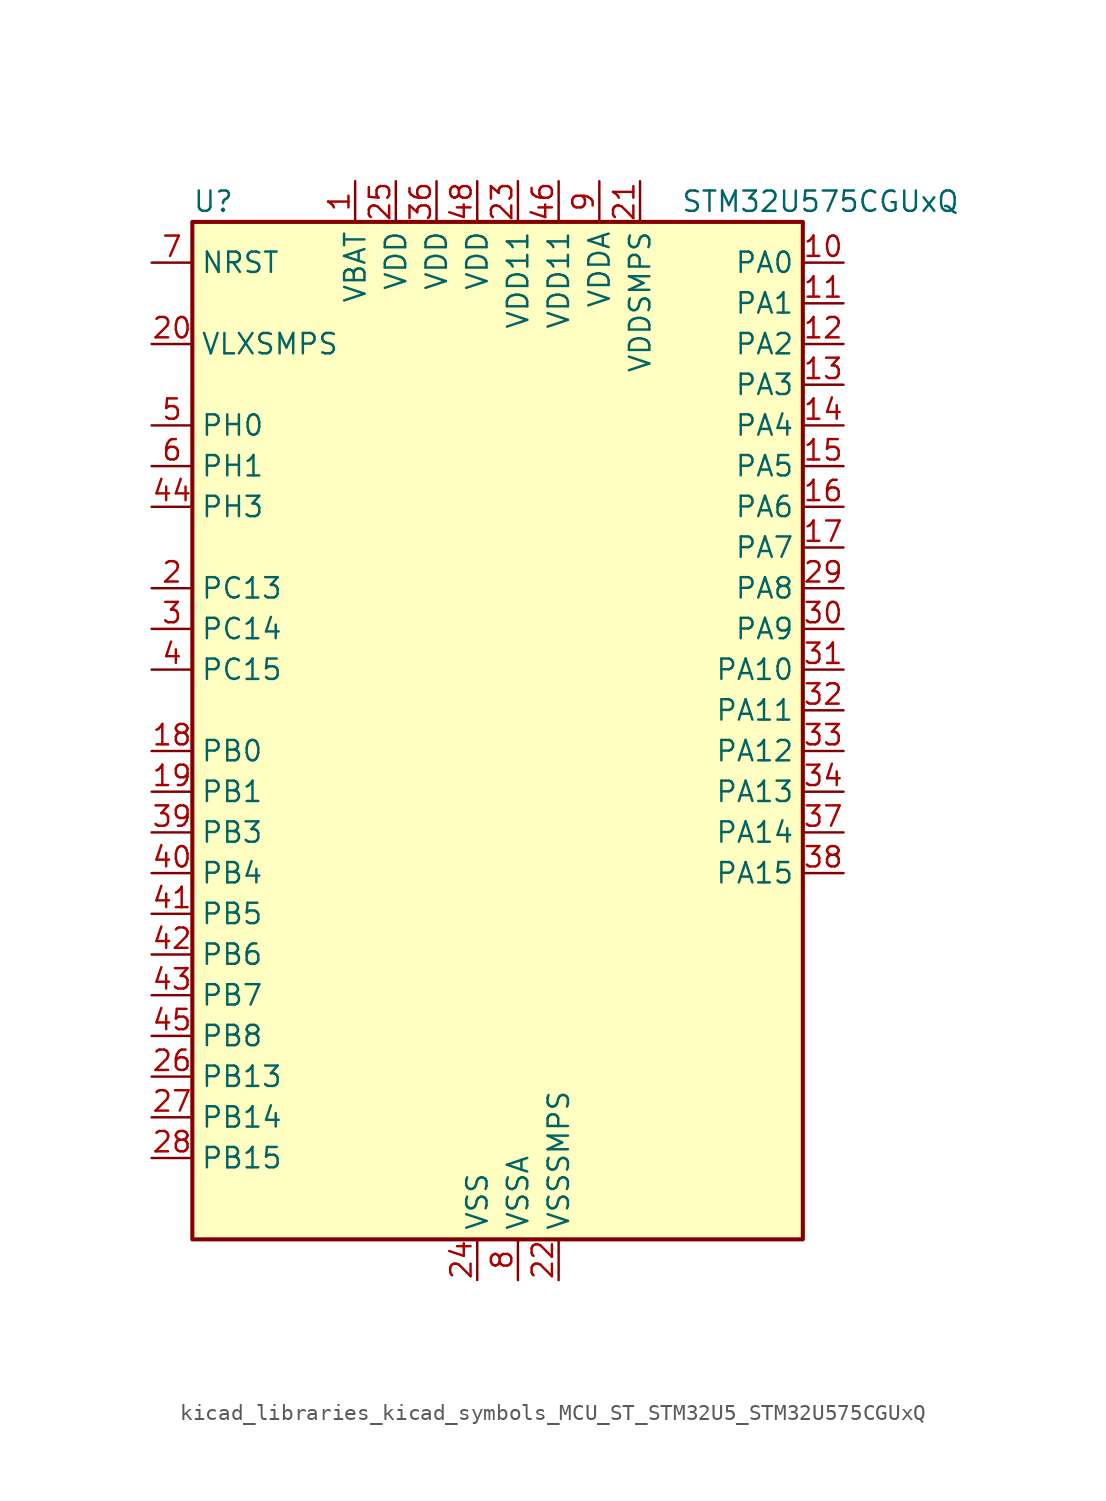
<source format=kicad_sym>
(kicad_symbol_lib
  (version 20220914)
  (generator kicad_symbol_editor)
  (symbol "kicad_libraries_kicad_symbols_MCU_ST_STM32U5_STM32U575CGUxQ"
    (property "Reference" "U"
      (at -17.78 34.29 0)
      (effects (font (size 1.27 1.27)) (justify left)))
    (property "Value" "STM32U575CGUxQ"
      (at 12.7 34.29 0)
      (effects (font (size 1.27 1.27)) (justify left)))
    (property "ki_locked" ""
      (at 0 0 0)
      (effects (font (size 1.27 1.27))))
    (symbol "kicad_libraries_kicad_symbols_MCU_ST_STM32U5_STM32U575CGUxQ_0_1"
      (rectangle (start -17.78 -30.48) (end 20.32 33.02) (stroke (width 0.254) (type default)) (fill (type background))))
    (symbol "kicad_libraries_kicad_symbols_MCU_ST_STM32U5_STM32U575CGUxQ_1_1"
      (pin power_in line (at -7.62 35.56 270) (length 2.54) (name "VBAT" (effects (font (size 1.27 1.27)))) (number "1" (effects (font (size 1.27 1.27)))))
      (pin bidirectional line (at 22.86 30.48 180) (length 2.54) (name "PA0" (effects (font (size 1.27 1.27)))) (number "10" (effects (font (size 1.27 1.27)))) (alternate "ADC1_IN5" bidirectional line) (alternate "AUDIOCLK" bidirectional line) (alternate "OCTOSPIM_P2_NCS" bidirectional line) (alternate "OPAMP1_VINP" bidirectional line) (alternate "PWR_WKUP1" bidirectional line) (alternate "SPI3_RDY" bidirectional line) (alternate "TAMP_IN2" bidirectional line) (alternate "TAMP_OUT1" bidirectional line) (alternate "TIM2_CH1" bidirectional line) (alternate "TIM2_ETR" bidirectional line) (alternate "TIM5_CH1" bidirectional line) (alternate "TIM8_ETR" bidirectional line) (alternate "UART4_TX" bidirectional line) (alternate "USART2_CTS" bidirectional line))
      (pin bidirectional line (at 22.86 27.94 180) (length 2.54) (name "PA1" (effects (font (size 1.27 1.27)))) (number "11" (effects (font (size 1.27 1.27)))) (alternate "ADC1_IN6" bidirectional line) (alternate "I2C1_SMBA" bidirectional line) (alternate "LPTIM1_CH2" bidirectional line) (alternate "OCTOSPIM_P1_DQS" bidirectional line) (alternate "OPAMP1_VINM" bidirectional line) (alternate "PWR_WKUP3" bidirectional line) (alternate "SPI1_SCK" bidirectional line) (alternate "TAMP_IN5" bidirectional line) (alternate "TAMP_OUT4" bidirectional line) (alternate "TIM15_CH1N" bidirectional line) (alternate "TIM2_CH2" bidirectional line) (alternate "TIM5_CH2" bidirectional line) (alternate "UART4_RX" bidirectional line) (alternate "USART2_DE" bidirectional line) (alternate "USART2_RTS" bidirectional line))
      (pin bidirectional line (at 22.86 25.4 180) (length 2.54) (name "PA2" (effects (font (size 1.27 1.27)))) (number "12" (effects (font (size 1.27 1.27)))) (alternate "ADC1_IN7" bidirectional line) (alternate "COMP1_INP" bidirectional line) (alternate "LPUART1_TX" bidirectional line) (alternate "OCTOSPIM_P1_NCS" bidirectional line) (alternate "PWR_WKUP4" bidirectional line) (alternate "RCC_LSCO" bidirectional line) (alternate "SPI1_RDY" bidirectional line) (alternate "TIM15_CH1" bidirectional line) (alternate "TIM2_CH3" bidirectional line) (alternate "TIM5_CH3" bidirectional line) (alternate "UCPD1_FRSTX1" bidirectional line) (alternate "USART2_TX" bidirectional line))
      (pin bidirectional line (at 22.86 22.86 180) (length 2.54) (name "PA3" (effects (font (size 1.27 1.27)))) (number "13" (effects (font (size 1.27 1.27)))) (alternate "ADC1_IN8" bidirectional line) (alternate "LPUART1_RX" bidirectional line) (alternate "OCTOSPIM_P1_CLK" bidirectional line) (alternate "OPAMP1_VOUT" bidirectional line) (alternate "PWR_WKUP5" bidirectional line) (alternate "SAI1_CK1" bidirectional line) (alternate "SAI1_MCLK_A" bidirectional line) (alternate "TIM15_CH2" bidirectional line) (alternate "TIM2_CH4" bidirectional line) (alternate "TIM5_CH4" bidirectional line) (alternate "USART2_RX" bidirectional line))
      (pin bidirectional line (at 22.86 20.32 180) (length 2.54) (name "PA4" (effects (font (size 1.27 1.27)))) (number "14" (effects (font (size 1.27 1.27)))) (alternate "ADC1_IN9" bidirectional line) (alternate "ADC4_IN9" bidirectional line) (alternate "DAC1_OUT1" bidirectional line) (alternate "LPTIM2_CH1" bidirectional line) (alternate "OCTOSPIM_P1_NCS" bidirectional line) (alternate "PWR_WKUP2" bidirectional line) (alternate "SAI1_FS_B" bidirectional line) (alternate "SPI1_NSS" bidirectional line) (alternate "SPI3_NSS" bidirectional line) (alternate "USART2_CK" bidirectional line))
      (pin bidirectional line (at 22.86 17.78 180) (length 2.54) (name "PA5" (effects (font (size 1.27 1.27)))) (number "15" (effects (font (size 1.27 1.27)))) (alternate "ADC1_IN10" bidirectional line) (alternate "ADC4_IN10" bidirectional line) (alternate "DAC1_OUT2" bidirectional line) (alternate "LPTIM2_ETR" bidirectional line) (alternate "PWR_CSLEEP" bidirectional line) (alternate "PWR_WKUP6" bidirectional line) (alternate "SPI1_SCK" bidirectional line) (alternate "TIM2_CH1" bidirectional line) (alternate "TIM2_ETR" bidirectional line) (alternate "TIM8_CH1N" bidirectional line) (alternate "USART3_RX" bidirectional line))
      (pin bidirectional line (at 22.86 15.24 180) (length 2.54) (name "PA6" (effects (font (size 1.27 1.27)))) (number "16" (effects (font (size 1.27 1.27)))) (alternate "ADC1_IN11" bidirectional line) (alternate "ADC4_IN11" bidirectional line) (alternate "LPUART1_CTS" bidirectional line) (alternate "OCTOSPIM_P1_IO3" bidirectional line) (alternate "OPAMP2_VINP" bidirectional line) (alternate "PWR_CDSTOP" bidirectional line) (alternate "PWR_WKUP7" bidirectional line) (alternate "SPI1_MISO" bidirectional line) (alternate "TIM16_CH1" bidirectional line) (alternate "TIM1_BKIN" bidirectional line) (alternate "TIM3_CH1" bidirectional line) (alternate "TIM8_BKIN" bidirectional line) (alternate "USART3_CTS" bidirectional line))
      (pin bidirectional line (at 22.86 12.7 180) (length 2.54) (name "PA7" (effects (font (size 1.27 1.27)))) (number "17" (effects (font (size 1.27 1.27)))) (alternate "ADC1_IN12" bidirectional line) (alternate "ADC4_IN20" bidirectional line) (alternate "I2C3_SCL" bidirectional line) (alternate "LPTIM2_CH2" bidirectional line) (alternate "OCTOSPIM_P1_IO2" bidirectional line) (alternate "OPAMP2_VINM" bidirectional line) (alternate "PWR_SRDSTOP" bidirectional line) (alternate "PWR_WKUP8" bidirectional line) (alternate "SPI1_MOSI" bidirectional line) (alternate "TIM17_CH1" bidirectional line) (alternate "TIM1_CH1N" bidirectional line) (alternate "TIM3_CH2" bidirectional line) (alternate "TIM8_CH1N" bidirectional line) (alternate "USART3_TX" bidirectional line))
      (pin bidirectional line (at -20.32 0 0) (length 2.54) (name "PB0" (effects (font (size 1.27 1.27)))) (number "18" (effects (font (size 1.27 1.27)))) (alternate "ADC1_IN15" bidirectional line) (alternate "ADC4_IN18" bidirectional line) (alternate "AUDIOCLK" bidirectional line) (alternate "COMP1_OUT" bidirectional line) (alternate "LPTIM3_CH1" bidirectional line) (alternate "OCTOSPIM_P1_IO1" bidirectional line) (alternate "OPAMP2_VOUT" bidirectional line) (alternate "SPI1_NSS" bidirectional line) (alternate "TIM1_CH2N" bidirectional line) (alternate "TIM3_CH3" bidirectional line) (alternate "TIM8_CH2N" bidirectional line) (alternate "USART3_CK" bidirectional line))
      (pin bidirectional line (at -20.32 -2.54 0) (length 2.54) (name "PB1" (effects (font (size 1.27 1.27)))) (number "19" (effects (font (size 1.27 1.27)))) (alternate "ADC1_IN16" bidirectional line) (alternate "ADC4_IN19" bidirectional line) (alternate "COMP1_INM" bidirectional line) (alternate "LPTIM2_IN1" bidirectional line) (alternate "LPTIM3_CH2" bidirectional line) (alternate "LPUART1_DE" bidirectional line) (alternate "LPUART1_RTS" bidirectional line) (alternate "MDF1_SDI0" bidirectional line) (alternate "OCTOSPIM_P1_IO0" bidirectional line) (alternate "PWR_WKUP4" bidirectional line) (alternate "TIM1_CH3N" bidirectional line) (alternate "TIM3_CH4" bidirectional line) (alternate "TIM8_CH3N" bidirectional line) (alternate "USART3_DE" bidirectional line) (alternate "USART3_RTS" bidirectional line))
      (pin bidirectional line (at -20.32 10.16 0) (length 2.54) (name "PC13" (effects (font (size 1.27 1.27)))) (number "2" (effects (font (size 1.27 1.27)))) (alternate "PWR_WKUP2" bidirectional line) (alternate "RTC_OUT1" bidirectional line) (alternate "RTC_TS" bidirectional line) (alternate "TAMP_IN1" bidirectional line) (alternate "TAMP_OUT2" bidirectional line))
      (pin power_in line (at -20.32 25.4 0) (length 2.54) (name "VLXSMPS" (effects (font (size 1.27 1.27)))) (number "20" (effects (font (size 1.27 1.27)))))
      (pin power_in line (at 10.16 35.56 270) (length 2.54) (name "VDDSMPS" (effects (font (size 1.27 1.27)))) (number "21" (effects (font (size 1.27 1.27)))))
      (pin power_in line (at 5.08 -33.02 90) (length 2.54) (name "VSSSMPS" (effects (font (size 1.27 1.27)))) (number "22" (effects (font (size 1.27 1.27)))))
      (pin power_in line (at 2.54 35.56 270) (length 2.54) (name "VDD11" (effects (font (size 1.27 1.27)))) (number "23" (effects (font (size 1.27 1.27)))))
      (pin power_in line (at 0 -33.02 90) (length 2.54) (name "VSS" (effects (font (size 1.27 1.27)))) (number "24" (effects (font (size 1.27 1.27)))))
      (pin power_in line (at -5.08 35.56 270) (length 2.54) (name "VDD" (effects (font (size 1.27 1.27)))) (number "25" (effects (font (size 1.27 1.27)))))
      (pin bidirectional line (at -20.32 -20.32 0) (length 2.54) (name "PB13" (effects (font (size 1.27 1.27)))) (number "26" (effects (font (size 1.27 1.27)))) (alternate "I2C2_SCL" bidirectional line) (alternate "LPTIM3_IN1" bidirectional line) (alternate "LPUART1_CTS" bidirectional line) (alternate "MDF1_CKI1" bidirectional line) (alternate "SPI2_SCK" bidirectional line) (alternate "TIM15_CH1N" bidirectional line) (alternate "TIM1_CH1N" bidirectional line) (alternate "TSC_G1_IO2" bidirectional line) (alternate "USART3_CTS" bidirectional line))
      (pin bidirectional line (at -20.32 -22.86 0) (length 2.54) (name "PB14" (effects (font (size 1.27 1.27)))) (number "27" (effects (font (size 1.27 1.27)))) (alternate "I2C2_SDA" bidirectional line) (alternate "LPTIM3_ETR" bidirectional line) (alternate "MDF1_SDI2" bidirectional line) (alternate "SPI2_MISO" bidirectional line) (alternate "TIM15_CH1" bidirectional line) (alternate "TIM1_CH2N" bidirectional line) (alternate "TIM8_CH2N" bidirectional line) (alternate "TSC_G1_IO3" bidirectional line) (alternate "UCPD1_DBCC2" bidirectional line) (alternate "USART3_DE" bidirectional line) (alternate "USART3_RTS" bidirectional line))
      (pin bidirectional line (at -20.32 -25.4 0) (length 2.54) (name "PB15" (effects (font (size 1.27 1.27)))) (number "28" (effects (font (size 1.27 1.27)))) (alternate "ADC1_EXTI15" bidirectional line) (alternate "ADC4_EXTI15" bidirectional line) (alternate "LPTIM2_IN2" bidirectional line) (alternate "MDF1_CKI2" bidirectional line) (alternate "PWR_WKUP7" bidirectional line) (alternate "RTC_REFIN" bidirectional line) (alternate "SPI2_MOSI" bidirectional line) (alternate "TIM15_CH2" bidirectional line) (alternate "TIM1_CH3N" bidirectional line) (alternate "TIM8_CH3N" bidirectional line) (alternate "UCPD1_CC2" bidirectional line))
      (pin bidirectional line (at 22.86 10.16 180) (length 2.54) (name "PA8" (effects (font (size 1.27 1.27)))) (number "29" (effects (font (size 1.27 1.27)))) (alternate "DEBUG_TRACECLK" bidirectional line) (alternate "LPTIM2_CH1" bidirectional line) (alternate "RCC_MCO" bidirectional line) (alternate "SAI1_CK2" bidirectional line) (alternate "SAI1_SCK_A" bidirectional line) (alternate "SPI1_RDY" bidirectional line) (alternate "TIM1_CH1" bidirectional line) (alternate "USART1_CK" bidirectional line) (alternate "USB_OTG_FS_SOF" bidirectional line))
      (pin bidirectional line (at -20.32 7.62 0) (length 2.54) (name "PC14" (effects (font (size 1.27 1.27)))) (number "3" (effects (font (size 1.27 1.27)))) (alternate "RCC_OSC32_IN" bidirectional line))
      (pin bidirectional line (at 22.86 7.62 180) (length 2.54) (name "PA9" (effects (font (size 1.27 1.27)))) (number "30" (effects (font (size 1.27 1.27)))) (alternate "DAC1_EXTI9" bidirectional line) (alternate "SAI1_FS_A" bidirectional line) (alternate "SPI2_SCK" bidirectional line) (alternate "TIM15_BKIN" bidirectional line) (alternate "TIM1_CH2" bidirectional line) (alternate "USART1_TX" bidirectional line) (alternate "USB_OTG_FS_VBUS" bidirectional line))
      (pin bidirectional line (at 22.86 5.08 180) (length 2.54) (name "PA10" (effects (font (size 1.27 1.27)))) (number "31" (effects (font (size 1.27 1.27)))) (alternate "CRS_SYNC" bidirectional line) (alternate "LPTIM2_IN2" bidirectional line) (alternate "SAI1_D1" bidirectional line) (alternate "SAI1_SD_A" bidirectional line) (alternate "TIM17_BKIN" bidirectional line) (alternate "TIM1_CH3" bidirectional line) (alternate "USART1_RX" bidirectional line) (alternate "USB_OTG_FS_ID" bidirectional line))
      (pin bidirectional line (at 22.86 2.54 180) (length 2.54) (name "PA11" (effects (font (size 1.27 1.27)))) (number "32" (effects (font (size 1.27 1.27)))) (alternate "ADC1_EXTI11" bidirectional line) (alternate "FDCAN1_RX" bidirectional line) (alternate "SPI1_MISO" bidirectional line) (alternate "TIM1_BKIN2" bidirectional line) (alternate "TIM1_CH4" bidirectional line) (alternate "USART1_CTS" bidirectional line) (alternate "USB_OTG_FS_DM" bidirectional line))
      (pin bidirectional line (at 22.86 0 180) (length 2.54) (name "PA12" (effects (font (size 1.27 1.27)))) (number "33" (effects (font (size 1.27 1.27)))) (alternate "FDCAN1_TX" bidirectional line) (alternate "OCTOSPIM_P2_NCS" bidirectional line) (alternate "SPI1_MOSI" bidirectional line) (alternate "TIM1_ETR" bidirectional line) (alternate "USART1_DE" bidirectional line) (alternate "USART1_RTS" bidirectional line) (alternate "USB_OTG_FS_DP" bidirectional line))
      (pin bidirectional line (at 22.86 -2.54 180) (length 2.54) (name "PA13" (effects (font (size 1.27 1.27)))) (number "34" (effects (font (size 1.27 1.27)))) (alternate "DEBUG_JTMS-SWDIO" bidirectional line) (alternate "IR_OUT" bidirectional line) (alternate "SAI1_SD_B" bidirectional line) (alternate "USB_OTG_FS_NOE" bidirectional line))
      (pin passive line (at 0 -33.02 90) (length 2.54) hide (name "VSS" (effects (font (size 1.27 1.27)))) (number "35" (effects (font (size 1.27 1.27)))))
      (pin power_in line (at -2.54 35.56 270) (length 2.54) (name "VDD" (effects (font (size 1.27 1.27)))) (number "36" (effects (font (size 1.27 1.27)))))
      (pin bidirectional line (at 22.86 -5.08 180) (length 2.54) (name "PA14" (effects (font (size 1.27 1.27)))) (number "37" (effects (font (size 1.27 1.27)))) (alternate "DEBUG_JTCK-SWCLK" bidirectional line) (alternate "I2C1_SMBA" bidirectional line) (alternate "I2C4_SMBA" bidirectional line) (alternate "LPTIM1_CH1" bidirectional line) (alternate "SAI1_FS_B" bidirectional line) (alternate "USB_OTG_FS_SOF" bidirectional line))
      (pin bidirectional line (at 22.86 -7.62 180) (length 2.54) (name "PA15" (effects (font (size 1.27 1.27)))) (number "38" (effects (font (size 1.27 1.27)))) (alternate "ADC1_EXTI15" bidirectional line) (alternate "ADC4_EXTI15" bidirectional line) (alternate "DEBUG_JTDI" bidirectional line) (alternate "SPI1_NSS" bidirectional line) (alternate "SPI3_NSS" bidirectional line) (alternate "TIM2_CH1" bidirectional line) (alternate "TIM2_ETR" bidirectional line) (alternate "UART4_DE" bidirectional line) (alternate "UART4_RTS" bidirectional line) (alternate "UCPD1_CC1" bidirectional line) (alternate "USART2_RX" bidirectional line) (alternate "USART3_DE" bidirectional line) (alternate "USART3_RTS" bidirectional line))
      (pin bidirectional line (at -20.32 -5.08 0) (length 2.54) (name "PB3" (effects (font (size 1.27 1.27)))) (number "39" (effects (font (size 1.27 1.27)))) (alternate "ADF1_CCK0" bidirectional line) (alternate "COMP2_INM" bidirectional line) (alternate "CRS_SYNC" bidirectional line) (alternate "DEBUG_JTDO-SWO" bidirectional line) (alternate "I2C1_SDA" bidirectional line) (alternate "LPTIM1_CH1" bidirectional line) (alternate "SAI1_SCK_B" bidirectional line) (alternate "SPI1_SCK" bidirectional line) (alternate "SPI3_SCK" bidirectional line) (alternate "TIM2_CH2" bidirectional line) (alternate "USART1_DE" bidirectional line) (alternate "USART1_RTS" bidirectional line))
      (pin bidirectional line (at -20.32 5.08 0) (length 2.54) (name "PC15" (effects (font (size 1.27 1.27)))) (number "4" (effects (font (size 1.27 1.27)))) (alternate "ADC1_EXTI15" bidirectional line) (alternate "ADC4_EXTI15" bidirectional line) (alternate "RCC_OSC32_OUT" bidirectional line))
      (pin bidirectional line (at -20.32 -7.62 0) (length 2.54) (name "PB4" (effects (font (size 1.27 1.27)))) (number "40" (effects (font (size 1.27 1.27)))) (alternate "ADF1_SDI0" bidirectional line) (alternate "COMP2_INP" bidirectional line) (alternate "DEBUG_JTRST" bidirectional line) (alternate "I2C3_SDA" bidirectional line) (alternate "LPTIM1_CH2" bidirectional line) (alternate "SAI1_MCLK_B" bidirectional line) (alternate "SPI1_MISO" bidirectional line) (alternate "SPI3_MISO" bidirectional line) (alternate "TIM17_BKIN" bidirectional line) (alternate "TIM3_CH1" bidirectional line) (alternate "TSC_G2_IO1" bidirectional line) (alternate "USART1_CTS" bidirectional line))
      (pin bidirectional line (at -20.32 -10.16 0) (length 2.54) (name "PB5" (effects (font (size 1.27 1.27)))) (number "41" (effects (font (size 1.27 1.27)))) (alternate "COMP2_OUT" bidirectional line) (alternate "I2C1_SMBA" bidirectional line) (alternate "LPTIM1_IN1" bidirectional line) (alternate "OCTOSPIM_P1_NCLK" bidirectional line) (alternate "PWR_WKUP6" bidirectional line) (alternate "SAI1_SD_B" bidirectional line) (alternate "SPI1_MOSI" bidirectional line) (alternate "SPI3_MOSI" bidirectional line) (alternate "TIM16_BKIN" bidirectional line) (alternate "TIM3_CH2" bidirectional line) (alternate "TSC_G2_IO2" bidirectional line) (alternate "UCPD1_DBCC1" bidirectional line) (alternate "USART1_CK" bidirectional line))
      (pin bidirectional line (at -20.32 -12.7 0) (length 2.54) (name "PB6" (effects (font (size 1.27 1.27)))) (number "42" (effects (font (size 1.27 1.27)))) (alternate "COMP2_INP" bidirectional line) (alternate "I2C1_SCL" bidirectional line) (alternate "I2C4_SCL" bidirectional line) (alternate "LPTIM1_ETR" bidirectional line) (alternate "MDF1_SDI5" bidirectional line) (alternate "PWR_WKUP3" bidirectional line) (alternate "SAI1_FS_B" bidirectional line) (alternate "TIM16_CH1N" bidirectional line) (alternate "TIM4_CH1" bidirectional line) (alternate "TIM8_BKIN2" bidirectional line) (alternate "TSC_G2_IO3" bidirectional line) (alternate "USART1_TX" bidirectional line))
      (pin bidirectional line (at -20.32 -15.24 0) (length 2.54) (name "PB7" (effects (font (size 1.27 1.27)))) (number "43" (effects (font (size 1.27 1.27)))) (alternate "COMP2_INM" bidirectional line) (alternate "I2C1_SDA" bidirectional line) (alternate "I2C4_SDA" bidirectional line) (alternate "LPTIM1_IN2" bidirectional line) (alternate "MDF1_CKI5" bidirectional line) (alternate "PWR_PVD_IN" bidirectional line) (alternate "PWR_WKUP4" bidirectional line) (alternate "TIM17_CH1N" bidirectional line) (alternate "TIM4_CH2" bidirectional line) (alternate "TIM8_BKIN" bidirectional line) (alternate "TSC_G2_IO4" bidirectional line) (alternate "UART4_CTS" bidirectional line) (alternate "USART1_RX" bidirectional line))
      (pin bidirectional line (at -20.32 15.24 0) (length 2.54) (name "PH3" (effects (font (size 1.27 1.27)))) (number "44" (effects (font (size 1.27 1.27)))))
      (pin bidirectional line (at -20.32 -17.78 0) (length 2.54) (name "PB8" (effects (font (size 1.27 1.27)))) (number "45" (effects (font (size 1.27 1.27)))) (alternate "FDCAN1_RX" bidirectional line) (alternate "I2C1_SCL" bidirectional line) (alternate "MDF1_CCK0" bidirectional line) (alternate "PWR_WKUP5" bidirectional line) (alternate "SAI1_CK1" bidirectional line) (alternate "SAI1_MCLK_A" bidirectional line) (alternate "SPI3_RDY" bidirectional line) (alternate "TIM16_CH1" bidirectional line) (alternate "TIM4_CH3" bidirectional line))
      (pin power_in line (at 5.08 35.56 270) (length 2.54) (name "VDD11" (effects (font (size 1.27 1.27)))) (number "46" (effects (font (size 1.27 1.27)))))
      (pin passive line (at 0 -33.02 90) (length 2.54) hide (name "VSS" (effects (font (size 1.27 1.27)))) (number "47" (effects (font (size 1.27 1.27)))))
      (pin power_in line (at 0 35.56 270) (length 2.54) (name "VDD" (effects (font (size 1.27 1.27)))) (number "48" (effects (font (size 1.27 1.27)))))
      (pin passive line (at 0 -33.02 90) (length 2.54) hide (name "VSS" (effects (font (size 1.27 1.27)))) (number "49" (effects (font (size 1.27 1.27)))))
      (pin bidirectional line (at -20.32 20.32 0) (length 2.54) (name "PH0" (effects (font (size 1.27 1.27)))) (number "5" (effects (font (size 1.27 1.27)))) (alternate "RCC_OSC_IN" bidirectional line))
      (pin bidirectional line (at -20.32 17.78 0) (length 2.54) (name "PH1" (effects (font (size 1.27 1.27)))) (number "6" (effects (font (size 1.27 1.27)))) (alternate "RCC_OSC_OUT" bidirectional line))
      (pin input line (at -20.32 30.48 0) (length 2.54) (name "NRST" (effects (font (size 1.27 1.27)))) (number "7" (effects (font (size 1.27 1.27)))))
      (pin power_in line (at 2.54 -33.02 90) (length 2.54) (name "VSSA" (effects (font (size 1.27 1.27)))) (number "8" (effects (font (size 1.27 1.27)))))
      (pin power_in line (at 7.62 35.56 270) (length 2.54) (name "VDDA" (effects (font (size 1.27 1.27)))) (number "9" (effects (font (size 1.27 1.27))))))))
</source>
